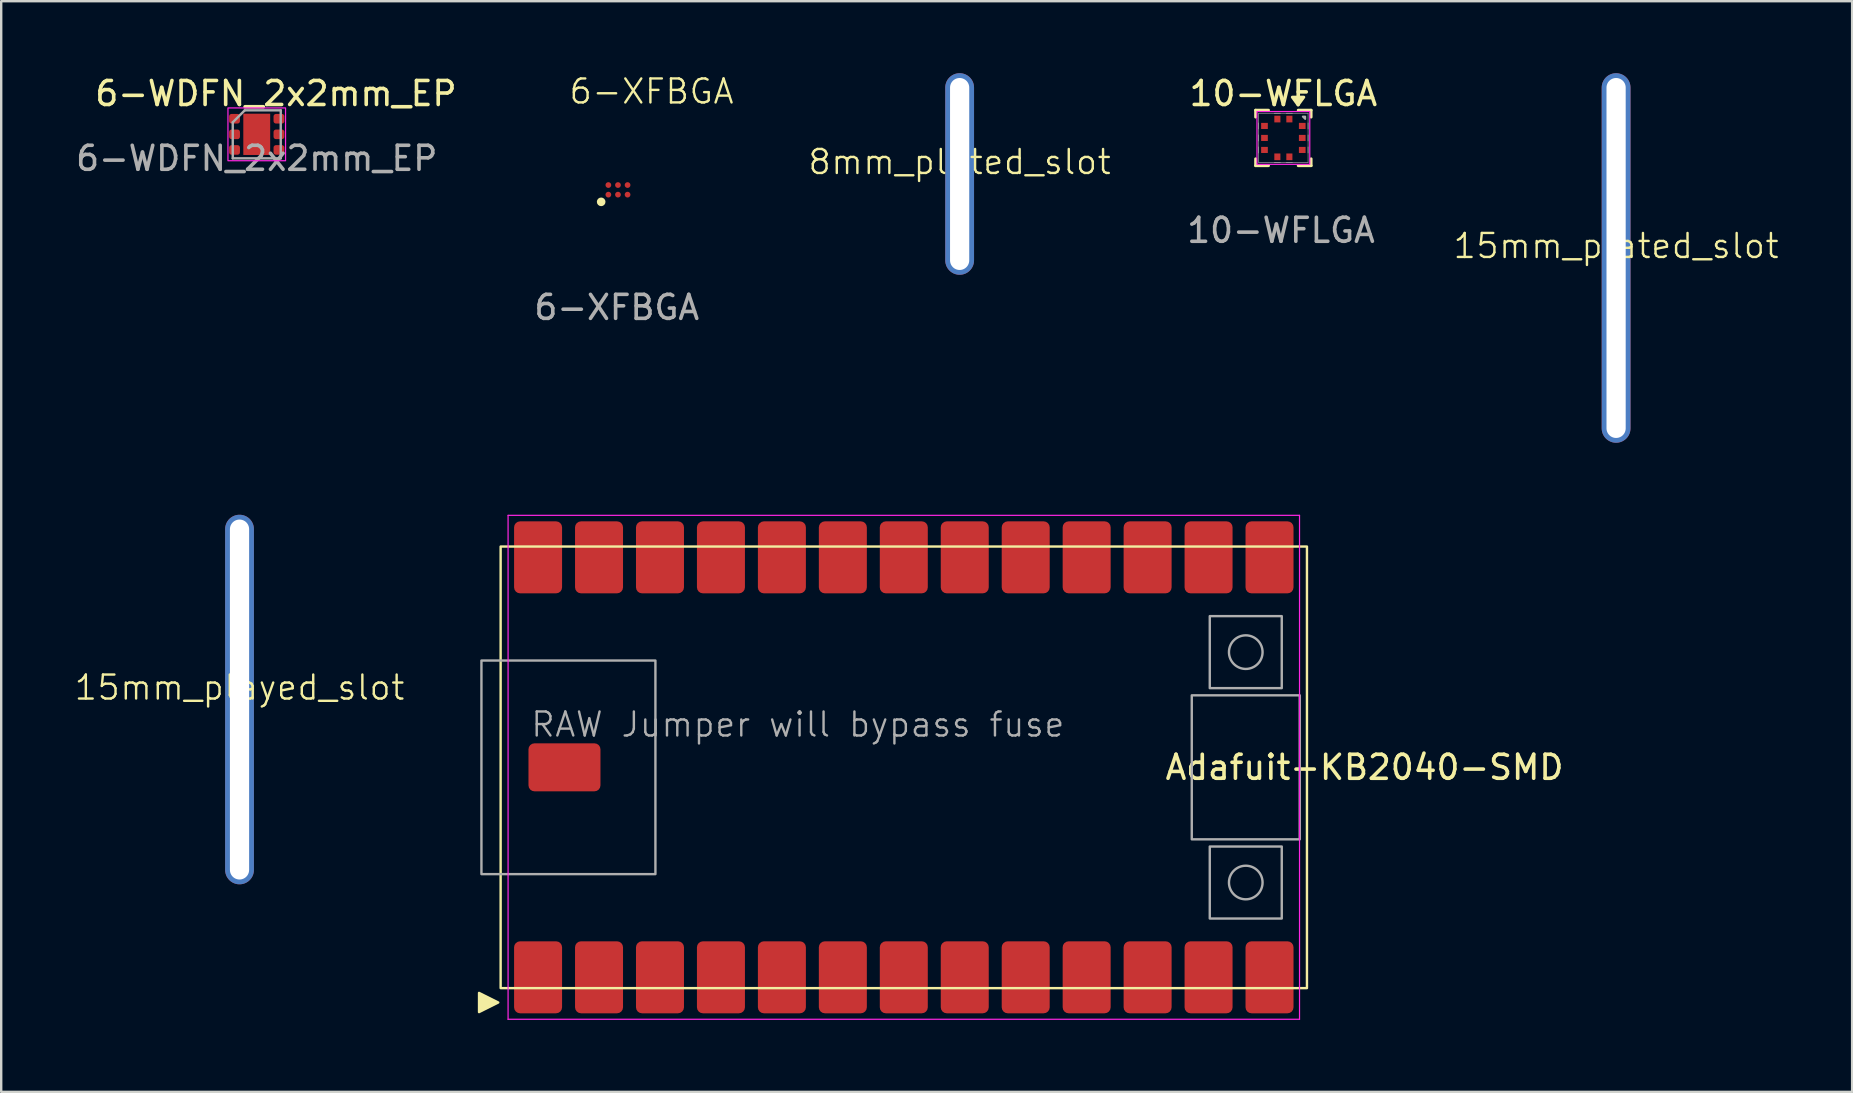
<source format=kicad_pcb>
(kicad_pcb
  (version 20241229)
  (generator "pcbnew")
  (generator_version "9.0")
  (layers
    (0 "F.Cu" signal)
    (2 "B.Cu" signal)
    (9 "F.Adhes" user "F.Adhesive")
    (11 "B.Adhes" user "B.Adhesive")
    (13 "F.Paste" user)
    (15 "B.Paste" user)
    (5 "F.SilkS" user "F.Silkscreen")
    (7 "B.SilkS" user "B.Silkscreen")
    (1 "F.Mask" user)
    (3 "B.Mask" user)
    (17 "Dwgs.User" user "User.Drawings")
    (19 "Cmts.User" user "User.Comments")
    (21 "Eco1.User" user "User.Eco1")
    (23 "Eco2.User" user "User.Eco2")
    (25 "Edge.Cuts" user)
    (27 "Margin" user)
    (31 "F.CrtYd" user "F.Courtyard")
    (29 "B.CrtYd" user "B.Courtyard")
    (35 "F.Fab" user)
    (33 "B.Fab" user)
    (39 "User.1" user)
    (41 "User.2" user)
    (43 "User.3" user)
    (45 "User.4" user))
  (footprint "15mm_played_slot"
    (layer "F.Cu")
    (at 6.931 26.1)
    (property "Reference" "15mm_played_slot" (at 0 -0.5 0) (unlocked yes) (layer "F.SilkS") (effects (font (size 1 1) (thickness 0.1))))
    (attr through_hole)
    (pad "S1" thru_hole oval (at 0 0) (size 1.2 15.4) (drill oval 0.8 15) (layers "*.Cu" "*.Mask")))
  (footprint "6-WDFN_2x2mm_EP"
    (layer "F.Cu")
    (at 7.649 2.548)
    (property "Reference" "6-WDFN_2x2mm_EP" (at 0.8 -1.7 0) (unlocked yes) (layer "F.SilkS") (effects (font (size 1 1) (thickness 0.15))))
    (attr smd)
    (fp_rect (start -1.2 -1.1) (end 1.2 1.1) (stroke (width 0.05) (type default)) (fill no) (layer "F.CrtYd"))
    (fp_line (start -1 -0.5) (end -0.5 -1) (stroke (width 0.1) (type solid)) (layer "F.Fab"))
    (fp_line (start -1 1) (end -1 -0.5) (stroke (width 0.1) (type solid)) (layer "F.Fab"))
    (fp_line (start -0.5 -1) (end 1 -1) (stroke (width 0.1) (type solid)) (layer "F.Fab"))
    (fp_line (start 1 -1) (end 1 1) (stroke (width 0.1) (type solid)) (layer "F.Fab"))
    (fp_line (start 1 1) (end -1 1) (stroke (width 0.1) (type solid)) (layer "F.Fab"))
    (fp_text user "${REFERENCE}" (at 0 1 0) (unlocked yes) (layer "F.Fab") (effects (font (size 1 1) (thickness 0.15))))
    (pad "1" smd roundrect (at -0.925 -0.65) (size 0.45 0.4) (layers "F.Cu" "F.Mask" "F.Paste") (roundrect_rratio 0.25))
    (pad "2" smd roundrect (at -0.925 0) (size 0.45 0.4) (layers "F.Cu" "F.Mask" "F.Paste") (roundrect_rratio 0.25))
    (pad "3" smd roundrect (at -0.925 0.65) (size 0.45 0.4) (layers "F.Cu" "F.Mask" "F.Paste") (roundrect_rratio 0.25))
    (pad "4" smd roundrect (at 0.925 0.65) (size 0.45 0.4) (layers "F.Cu" "F.Mask" "F.Paste") (roundrect_rratio 0.25))
    (pad "5" smd roundrect (at 0.925 0) (size 0.45 0.4) (layers "F.Cu" "F.Mask" "F.Paste") (roundrect_rratio 0.25))
    (pad "6" smd roundrect (at 0.925 -0.65) (size 0.45 0.4) (layers "F.Cu" "F.Mask" "F.Paste") (roundrect_rratio 0.25))
    (pad "EP" smd rect (at 0 0) (size 1.12 1.72) (property pad_prop_heatsink) (layers "F.Cu" "F.Mask")))
  (footprint "15mm_plated_slot"
    (layer "F.Cu")
    (at 64.294 7.7)
    (property "Reference" "15mm_plated_slot" (at 0 -0.5 0) (unlocked yes) (layer "F.SilkS") (effects (font (size 1 1) (thickness 0.1))))
    (attr through_hole)
    (pad "S1" thru_hole oval (at 0 0) (size 1.2 15.4) (drill oval 0.8 15) (layers "*.Cu" "*.Mask")))
  (footprint "Adafuit-KB2040-SMD"
    (layer "F.Cu")
    (at 34.612 28.925)
    (property "Reference" "Adafuit-KB2040-SMD" (at 19.2 0 0) (layer "F.SilkS") (effects (font (size 1 1) (thickness 0.15))))
    (attr smd)
    (fp_rect (start -16.8 -9.2) (end 16.8 9.2) (stroke (width 0.1) (type default)) (fill no) (layer "F.SilkS"))
    (fp_poly (pts (xy -17.7 9.4) (xy -17.7 10.2) (xy -16.9 9.8)) (stroke (width 0.1) (type solid)) (fill yes) (layer "F.SilkS"))
    (fp_line (start -16.49 -10.5) (end 16.49 -10.5) (stroke (width 0.05) (type default)) (layer "F.CrtYd"))
    (fp_line (start -16.49 10.5) (end -16.49 -10.5) (stroke (width 0.05) (type default)) (layer "F.CrtYd"))
    (fp_line (start 16.49 -10.5) (end 16.49 10.5) (stroke (width 0.05) (type default)) (layer "F.CrtYd"))
    (fp_line (start 16.49 10.5) (end -16.49 10.5) (stroke (width 0.05) (type default)) (layer "F.CrtYd"))
    (fp_rect (start -17.6 -4.45) (end -10.35 4.45) (stroke (width 0.1) (type default)) (fill no) (layer "F.Fab"))
    (fp_rect (start 12 -3) (end 16.5 3) (stroke (width 0.1) (type default)) (fill no) (layer "F.Fab"))
    (fp_rect (start 12.75 -6.3) (end 15.75 -3.3) (stroke (width 0.1) (type default)) (fill no) (layer "F.Fab"))
    (fp_rect (start 12.75 3.3) (end 15.75 6.3) (stroke (width 0.1) (type default)) (fill no) (layer "F.Fab"))
    (fp_circle (center 14.25 -4.8) (end 14.95 -4.8) (stroke (width 0.1) (type default)) (fill no) (layer "F.Fab"))
    (fp_circle (center 14.25 4.8) (end 14.95 4.8) (stroke (width 0.1) (type default)) (fill no) (layer "F.Fab"))
    (fp_text user "RAW Jumper will bypass fuse" (at -15.6 -1.2 0) (unlocked yes) (layer "F.Fab") (effects (font (size 1 1) (thickness 0.1)) (justify left bottom)))
    (pad "1" smd roundrect (at -15.24 8.75) (size 2 3) (layers "F.Cu" "F.Mask" "F.Paste") (roundrect_rratio 0.125))
    (pad "2" smd roundrect (at -12.7 8.75) (size 2 3) (layers "F.Cu" "F.Mask" "F.Paste") (roundrect_rratio 0.125))
    (pad "3" smd roundrect (at -10.16 8.75) (size 2 3) (layers "F.Cu" "F.Mask" "F.Paste") (roundrect_rratio 0.125))
    (pad "4" smd roundrect (at -7.62 8.75) (size 2 3) (layers "F.Cu" "F.Mask" "F.Paste") (roundrect_rratio 0.125))
    (pad "5" smd roundrect (at -5.08 8.75) (size 2 3) (layers "F.Cu" "F.Mask" "F.Paste") (roundrect_rratio 0.125))
    (pad "6" smd roundrect (at -2.54 8.75) (size 2 3) (layers "F.Cu" "F.Mask" "F.Paste") (roundrect_rratio 0.125))
    (pad "7" smd roundrect (at 0 8.75) (size 2 3) (layers "F.Cu" "F.Mask" "F.Paste") (roundrect_rratio 0.125))
    (pad "8" smd roundrect (at 2.54 8.75) (size 2 3) (layers "F.Cu" "F.Mask" "F.Paste") (roundrect_rratio 0.125))
    (pad "9" smd roundrect (at 5.08 8.75) (size 2 3) (layers "F.Cu" "F.Mask" "F.Paste") (roundrect_rratio 0.125))
    (pad "10" smd roundrect (at 7.62 8.75) (size 2 3) (layers "F.Cu" "F.Mask" "F.Paste") (roundrect_rratio 0.125))
    (pad "11" smd roundrect (at 10.16 8.75) (size 2 3) (layers "F.Cu" "F.Mask" "F.Paste") (roundrect_rratio 0.125))
    (pad "12" smd roundrect (at 12.7 8.75) (size 2 3) (layers "F.Cu" "F.Mask" "F.Paste") (roundrect_rratio 0.125))
    (pad "13" smd roundrect (at 15.24 8.75) (size 2 3) (layers "F.Cu" "F.Mask" "F.Paste") (roundrect_rratio 0.125))
    (pad "14" smd roundrect (at 15.24 -8.75) (size 2 3) (layers "F.Cu" "F.Mask" "F.Paste") (roundrect_rratio 0.125))
    (pad "15" smd roundrect (at 12.7 -8.75) (size 2 3) (layers "F.Cu" "F.Mask" "F.Paste") (roundrect_rratio 0.125))
    (pad "16" smd roundrect (at 10.16 -8.75) (size 2 3) (layers "F.Cu" "F.Mask" "F.Paste") (roundrect_rratio 0.125))
    (pad "17" smd roundrect (at 7.62 -8.75) (size 2 3) (layers "F.Cu" "F.Mask" "F.Paste") (roundrect_rratio 0.125))
    (pad "18" smd roundrect (at 5.08 -8.75) (size 2 3) (layers "F.Cu" "F.Mask" "F.Paste") (roundrect_rratio 0.125))
    (pad "19" smd roundrect (at 2.54 -8.75) (size 2 3) (layers "F.Cu" "F.Mask" "F.Paste") (roundrect_rratio 0.125))
    (pad "20" smd roundrect (at 0 -8.75) (size 2 3) (layers "F.Cu" "F.Mask" "F.Paste") (roundrect_rratio 0.125))
    (pad "21" smd roundrect (at -2.54 -8.75) (size 2 3) (layers "F.Cu" "F.Mask" "F.Paste") (roundrect_rratio 0.125))
    (pad "22" smd roundrect (at -5.08 -8.75) (size 2 3) (layers "F.Cu" "F.Mask" "F.Paste") (roundrect_rratio 0.125))
    (pad "23" smd roundrect (at -7.62 -8.75) (size 2 3) (layers "F.Cu" "F.Mask" "F.Paste") (roundrect_rratio 0.125))
    (pad "24" smd roundrect (at -10.16 -8.75) (size 2 3) (layers "F.Cu" "F.Mask" "F.Paste") (roundrect_rratio 0.125))
    (pad "25" smd roundrect (at -12.7 -8.75) (size 2 3) (layers "F.Cu" "F.Mask" "F.Paste") (roundrect_rratio 0.125))
    (pad "26" smd roundrect (at -15.24 -8.75) (size 2 3) (layers "F.Cu" "F.Mask" "F.Paste") (roundrect_rratio 0.125))
    (pad "JMP" smd roundrect (at -14.14 0 90) (size 2 3) (layers "F.Cu" "F.Mask" "F.Paste") (roundrect_rratio 0.125)))
  (footprint "10-WFLGA"
    (layer "F.Cu")
    (at 50.429 2.698)
    (property "Reference" "10-WFLGA" (at 0 -1.85 0) (unlocked yes) (layer "F.SilkS") (effects (font (size 1 1) (thickness 0.15))))
    (attr smd)
    (fp_line (start -1.156 -1.156) (end -1.156 -0.869) (stroke (width 0.12) (type solid)) (layer "F.SilkS"))
    (fp_line (start -1.156 0.869) (end -1.156 1.156) (stroke (width 0.12) (type solid)) (layer "F.SilkS"))
    (fp_line (start -1.156 1.156) (end -0.619 1.156) (stroke (width 0.12) (type solid)) (layer "F.SilkS"))
    (fp_line (start -0.619 -1.156) (end -1.156 -1.156) (stroke (width 0.12) (type solid)) (layer "F.SilkS"))
    (fp_line (start 0.619 1.156) (end 1.156 1.156) (stroke (width 0.12) (type solid)) (layer "F.SilkS"))
    (fp_line (start 1.156 -1.156) (end 0.619 -1.156) (stroke (width 0.12) (type solid)) (layer "F.SilkS"))
    (fp_line (start 1.156 -0.869) (end 1.156 -1.156) (stroke (width 0.12) (type solid)) (layer "F.SilkS"))
    (fp_line (start 1.156 1.156) (end 1.156 0.869) (stroke (width 0.12) (type solid)) (layer "F.SilkS"))
    (fp_poly (pts (xy 0.612 -1.37) (xy 0.372 -1.7) (xy 0.852 -1.7) (xy 0.612 -1.37)) (stroke (width 0.12) (type solid)) (fill yes) (layer "F.SilkS"))
    (fp_rect (start -1.1 -1.1) (end 1.1 1.1) (stroke (width 0.05) (type default)) (fill no) (layer "F.CrtYd"))
    (fp_line (start -1.029 -1.029) (end -1.029 1.029) (stroke (width 0.025) (type solid)) (layer "F.Fab"))
    (fp_line (start -1.029 -0.373) (end -1.029 -0.627) (stroke (width 0.025) (type solid)) (layer "F.Fab"))
    (fp_line (start -1.029 0.127) (end -1.029 -0.127) (stroke (width 0.025) (type solid)) (layer "F.Fab"))
    (fp_line (start -1.029 0.627) (end -1.029 0.373) (stroke (width 0.025) (type solid)) (layer "F.Fab"))
    (fp_line (start -1.029 1.029) (end 1.029 1.029) (stroke (width 0.025) (type solid)) (layer "F.Fab"))
    (fp_line (start -0.377 -1.029) (end -0.123 -1.029) (stroke (width 0.025) (type solid)) (layer "F.Fab"))
    (fp_line (start -0.123 1.029) (end -0.377 1.029) (stroke (width 0.025) (type solid)) (layer "F.Fab"))
    (fp_line (start 0.123 -1.029) (end 0.377 -1.029) (stroke (width 0.025) (type solid)) (layer "F.Fab"))
    (fp_line (start 0.377 1.029) (end 0.123 1.029) (stroke (width 0.025) (type solid)) (layer "F.Fab"))
    (fp_line (start 1.029 -1.029) (end -1.029 -1.029) (stroke (width 0.025) (type solid)) (layer "F.Fab"))
    (fp_line (start 1.029 -0.627) (end 1.029 -0.373) (stroke (width 0.025) (type solid)) (layer "F.Fab"))
    (fp_line (start 1.029 -0.127) (end 1.029 0.127) (stroke (width 0.025) (type solid)) (layer "F.Fab"))
    (fp_line (start 1.029 0.373) (end 1.029 0.627) (stroke (width 0.025) (type solid)) (layer "F.Fab"))
    (fp_line (start 1.029 1.029) (end 1.029 -1.029) (stroke (width 0.025) (type solid)) (layer "F.Fab"))
    (fp_poly (pts (xy 0.91 -0.79) (xy 0.81 -0.89) (xy 0.91 -0.89) (xy 0.91 -0.79)) (stroke (width 0.08) (type solid)) (fill no) (layer "F.Fab"))
    (fp_text user "${REFERENCE}" (at -0.1 3.85 0) (unlocked yes) (layer "F.Fab") (effects (font (size 1 1) (thickness 0.15))))
    (pad "1" smd rect (at 0.25 -0.787) (size 0.254 0.279) (layers "F.Cu" "F.Mask" "F.Paste"))
    (pad "2" smd rect (at -0.25 -0.787) (size 0.254 0.279) (layers "F.Cu" "F.Mask" "F.Paste"))
    (pad "3" smd rect (at -0.787 -0.5 270) (size 0.254 0.279) (layers "F.Cu" "F.Mask" "F.Paste"))
    (pad "4" smd rect (at -0.787 0 270) (size 0.254 0.279) (layers "F.Cu" "F.Mask" "F.Paste"))
    (pad "5" smd rect (at -0.787 0.5 270) (size 0.254 0.279) (layers "F.Cu" "F.Mask" "F.Paste"))
    (pad "6" smd rect (at -0.25 0.787) (size 0.254 0.279) (layers "F.Cu" "F.Mask" "F.Paste"))
    (pad "7" smd rect (at 0.25 0.787) (size 0.254 0.279) (layers "F.Cu" "F.Mask" "F.Paste"))
    (pad "8" smd rect (at 0.787 0.5 270) (size 0.254 0.279) (layers "F.Cu" "F.Mask" "F.Paste"))
    (pad "9" smd rect (at 0.787 0 270) (size 0.254 0.279) (layers "F.Cu" "F.Mask" "F.Paste"))
    (pad "10" smd rect (at 0.787 -0.5 270) (size 0.254 0.279) (layers "F.Cu" "F.Mask" "F.Paste")))
  (footprint "6-XFBGA"
    (layer "F.Cu")
    (at 22.701 4.861)
    (property "Reference" "6-XFBGA" (at 1.4 -4.1 0) (unlocked yes) (layer "F.SilkS") (effects (font (size 1 1) (thickness 0.1))))
    (attr smd)
    (fp_circle (center -0.7 0.5) (end -0.7 0.5) (stroke (width 0.18) (type default)) (fill no) (layer "F.SilkS"))
    (fp_text user "${REFERENCE}" (at -0.05 4.9 0) (unlocked yes) (layer "F.Fab") (effects (font (size 1 1) (thickness 0.15))))
    (pad "A1" smd circle (at -0.4 0.2 180) (size 0.24 0.24) (layers "F.Cu" "F.Mask" "F.Paste"))
    (pad "A2" smd circle (at -0.4 -0.2 180) (size 0.24 0.24) (layers "F.Cu" "F.Mask" "F.Paste"))
    (pad "B1" smd circle (at 0 0.2 180) (size 0.24 0.24) (layers "F.Cu" "F.Mask" "F.Paste"))
    (pad "B2" smd circle (at 0 -0.2 180) (size 0.24 0.24) (layers "F.Cu" "F.Mask" "F.Paste"))
    (pad "C1" smd circle (at 0.4 0.2 180) (size 0.24 0.24) (layers "F.Cu" "F.Mask" "F.Paste"))
    (pad "C2" smd circle (at 0.4 -0.2 180) (size 0.24 0.24) (layers "F.Cu" "F.Mask" "F.Paste")))
  (footprint "8mm_plated_slot"
    (layer "F.Cu")
    (at 36.939 4.2)
    (property "Reference" "8mm_plated_slot" (at 0 -0.5 0) (unlocked yes) (layer "F.SilkS") (effects (font (size 1 1) (thickness 0.1))))
    (attr through_hole)
    (pad "S1" thru_hole oval (at 0 0) (size 1.2 8.4) (drill oval 0.8 8) (layers "*.Cu" "*.Mask")))
  (gr_rect
    (start -3 -3)
    (end 74.13 42.45)
    (stroke (width 0.1) (type default))
    (fill no)
    (layer "Edge.Cuts")))
</source>
